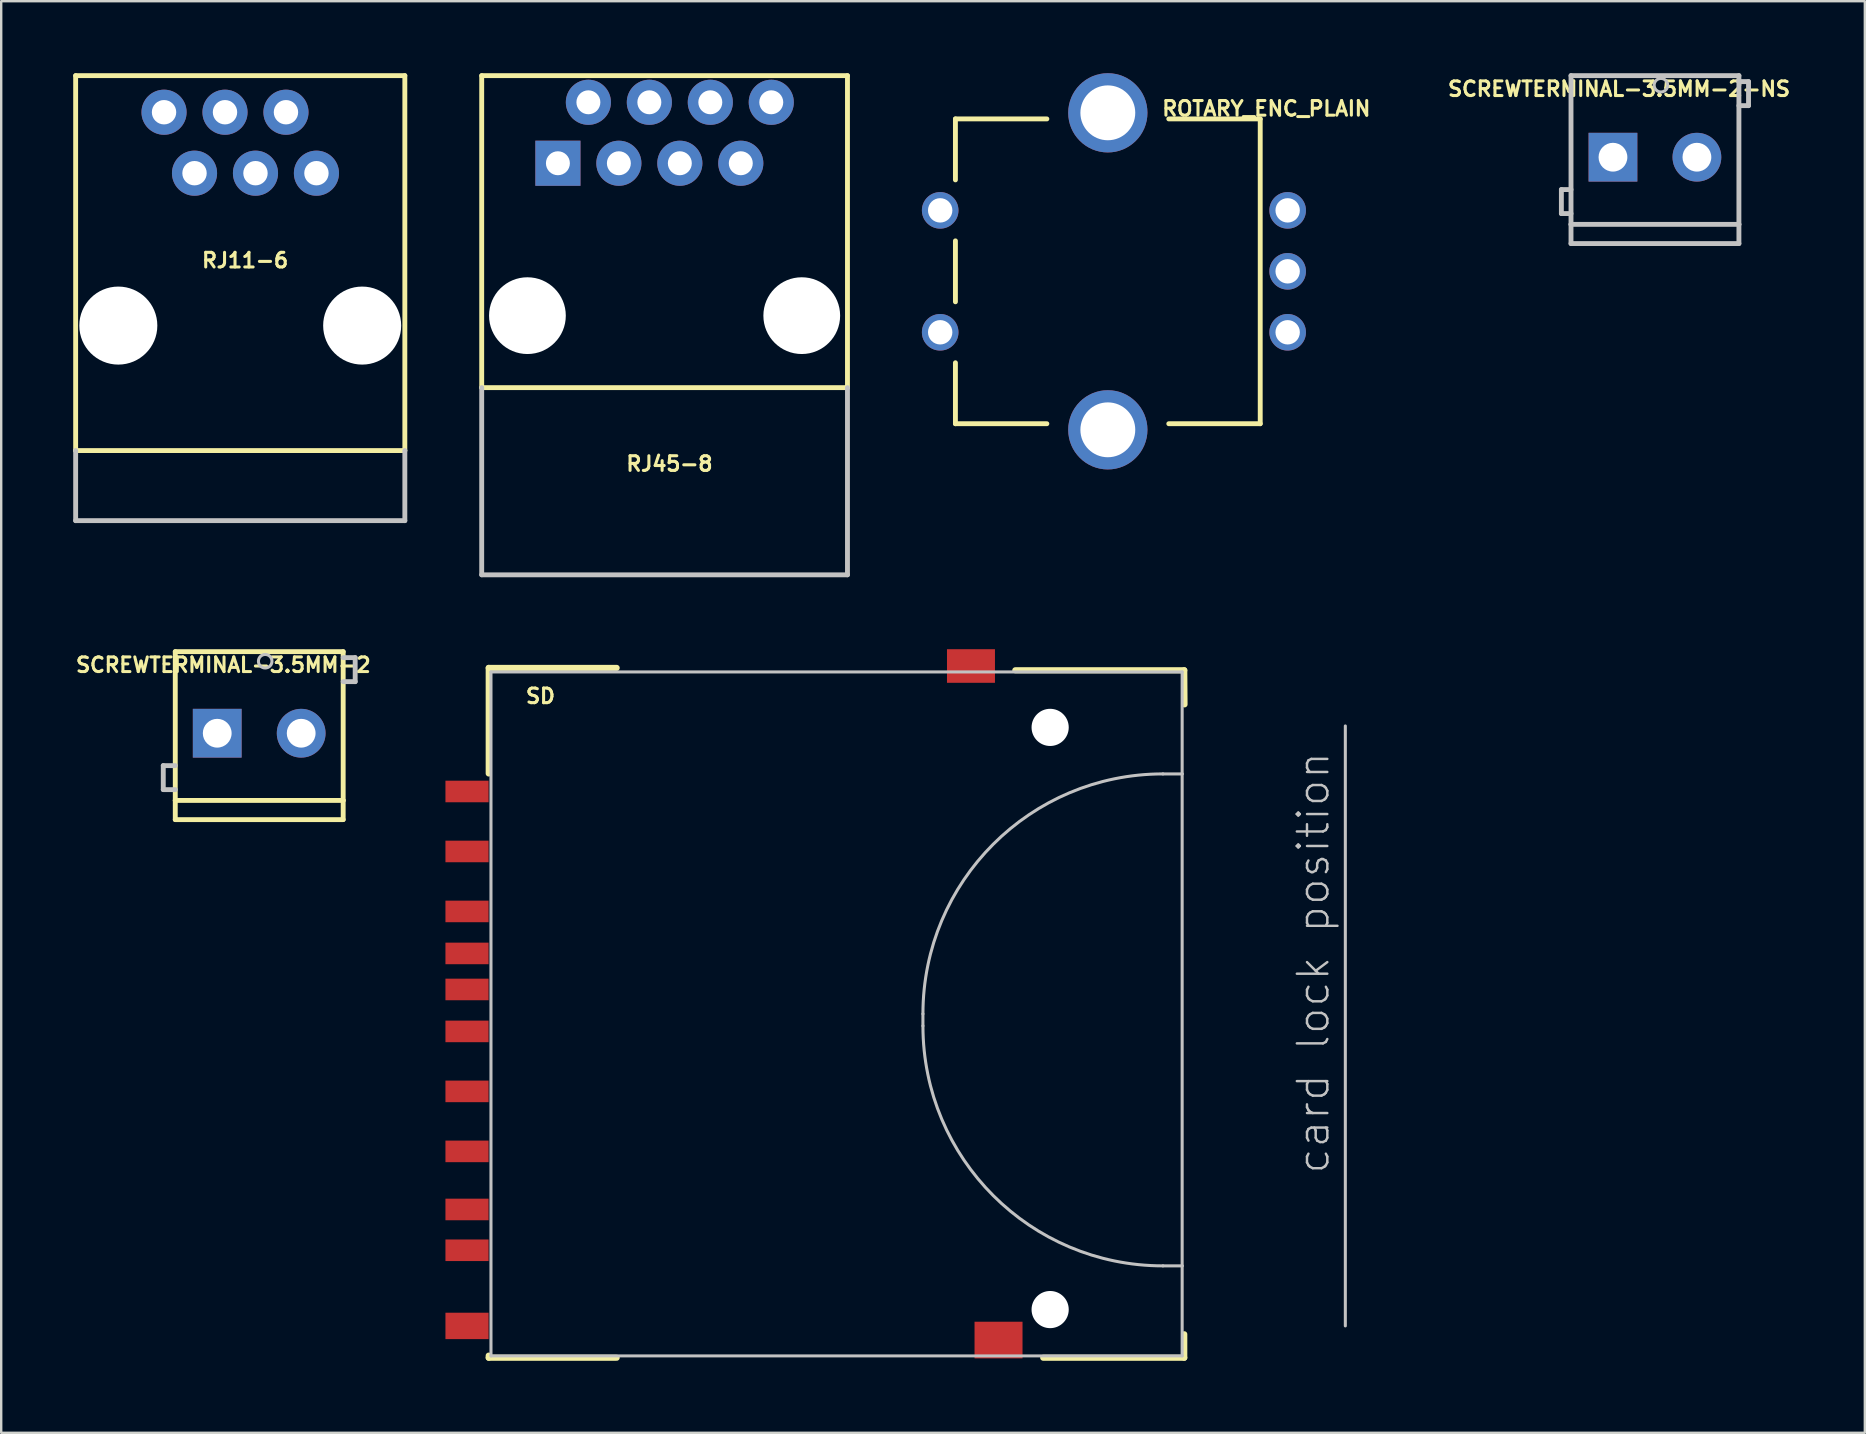
<source format=kicad_pcb>
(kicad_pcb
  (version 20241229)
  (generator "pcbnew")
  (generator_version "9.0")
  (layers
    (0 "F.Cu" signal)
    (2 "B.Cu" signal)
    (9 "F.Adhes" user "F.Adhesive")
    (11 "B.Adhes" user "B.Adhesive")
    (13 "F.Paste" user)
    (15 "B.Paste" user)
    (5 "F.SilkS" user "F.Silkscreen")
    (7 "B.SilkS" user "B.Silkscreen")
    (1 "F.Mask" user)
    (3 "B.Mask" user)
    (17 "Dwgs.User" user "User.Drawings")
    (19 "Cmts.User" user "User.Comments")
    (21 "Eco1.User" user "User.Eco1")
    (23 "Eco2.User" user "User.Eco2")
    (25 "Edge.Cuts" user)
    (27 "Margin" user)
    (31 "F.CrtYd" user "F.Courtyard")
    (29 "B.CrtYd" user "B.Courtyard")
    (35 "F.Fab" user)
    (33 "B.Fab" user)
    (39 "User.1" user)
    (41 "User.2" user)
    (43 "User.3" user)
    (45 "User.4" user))
  (footprint "SD"
    (layer "F.Cu")
    (at 17.407 39.196)
    (property "Reference" "SD" (at 2.062 -13.244 0) (layer "F.SilkS") (effects (font (size 0.61 0.61) (thickness 0.127))))
    (attr smd)
    (fp_line (start -0.094 -14.417) (end 5.237 -14.417) (stroke (width 0.254) (type solid)) (layer "F.SilkS"))
    (fp_line (start -0.094 -10.018) (end -0.094 -14.417) (stroke (width 0.254) (type solid)) (layer "F.SilkS"))
    (fp_line (start -0.094 14.237) (end -0.094 14.326) (stroke (width 0.254) (type solid)) (layer "F.SilkS"))
    (fp_line (start -0.094 14.326) (end 5.237 14.326) (stroke (width 0.254) (type solid)) (layer "F.SilkS"))
    (fp_line (start 21.847 -14.318) (end 28.887 -14.318) (stroke (width 0.254) (type solid)) (layer "F.SilkS"))
    (fp_line (start 23.01 14.326) (end 28.887 14.326) (stroke (width 0.254) (type solid)) (layer "F.SilkS"))
    (fp_line (start 28.887 -14.318) (end 28.898 -12.898) (stroke (width 0.254) (type solid)) (layer "F.SilkS"))
    (fp_line (start 28.887 14.326) (end 28.887 13.348) (stroke (width 0.254) (type solid)) (layer "F.SilkS"))
    (fp_line (start 0 -14.249) (end 28.799 -14.249) (stroke (width 0.127) (type solid)) (layer "Dwgs.User"))
    (fp_line (start 0 14.249) (end 0 -14.249) (stroke (width 0.127) (type solid)) (layer "Dwgs.User"))
    (fp_line (start 17.998 0) (end 17.998 0.498) (stroke (width 0.127) (type solid)) (layer "Dwgs.User"))
    (fp_line (start 27.998 10.498) (end 28.799 10.498) (stroke (width 0.127) (type solid)) (layer "Dwgs.User"))
    (fp_line (start 28.799 -14.249) (end 28.799 -10) (stroke (width 0.127) (type solid)) (layer "Dwgs.User"))
    (fp_line (start 28.799 -10) (end 27.998 -10) (stroke (width 0.127) (type solid)) (layer "Dwgs.User"))
    (fp_line (start 28.799 -10) (end 28.799 10.498) (stroke (width 0.127) (type solid)) (layer "Dwgs.User"))
    (fp_line (start 28.799 10.498) (end 28.799 14.249) (stroke (width 0.127) (type solid)) (layer "Dwgs.User"))
    (fp_line (start 28.799 14.249) (end 0 14.249) (stroke (width 0.127) (type solid)) (layer "Dwgs.User"))
    (fp_line (start 35.598 -11.999) (end 35.598 13) (stroke (width 0.127) (type solid)) (layer "Dwgs.User"))
    (fp_arc (start 17.99844 0) (mid 20.927366 -7.071054) (end 27.99842 -9.99998) (stroke (width 0.127) (type solid)) (layer "Dwgs.User"))
    (fp_arc (start 27.99842 10.49782) (mid 20.927366 7.568894) (end 17.99844 0.49784) (stroke (width 0.127) (type solid)) (layer "Dwgs.User"))
    (fp_text user "card lock position" (at 34.265 -2.129 90) (layer "Dwgs.User") (effects (font (size 1.27 1.27) (thickness 0.102))))
    (pad "" np_thru_hole circle (at 23.299 -11.938) (size 1.549 1.549) (drill 1.549) (layers "*.Cu" "*.Mask"))
    (pad "" np_thru_hole circle (at 23.299 12.319) (size 1.549 1.549) (drill 1.549) (layers "*.Cu" "*.Mask"))
    (pad "1" smd rect (at -0.998 -6.769) (size 1.798 0.899) (layers "F.Cu" "F.Mask" "F.Paste"))
    (pad "2" smd rect (at -0.998 -4.27) (size 1.798 0.899) (layers "F.Cu" "F.Mask" "F.Paste"))
    (pad "3" smd rect (at -0.998 -2.52) (size 1.798 0.899) (layers "F.Cu" "F.Mask" "F.Paste"))
    (pad "4" smd rect (at -0.998 0.729) (size 1.798 0.899) (layers "F.Cu" "F.Mask" "F.Paste"))
    (pad "5" smd rect (at -0.998 3.228) (size 1.798 0.899) (layers "F.Cu" "F.Mask" "F.Paste"))
    (pad "6" smd rect (at -0.998 5.728) (size 1.798 0.899) (layers "F.Cu" "F.Mask" "F.Paste"))
    (pad "7" smd rect (at -0.998 8.148) (size 1.798 0.899) (layers "F.Cu" "F.Mask" "F.Paste"))
    (pad "8" smd rect (at -0.998 9.848) (size 1.798 0.899) (layers "F.Cu" "F.Mask" "F.Paste"))
    (pad "9" smd rect (at -0.998 -9.268) (size 1.798 0.899) (layers "F.Cu" "F.Mask" "F.Paste"))
    (pad "CD" smd rect (at -0.998 -1.019) (size 1.798 0.899) (layers "F.Cu" "F.Mask" "F.Paste"))
    (pad "SH@1" smd rect (at 20 -14.496) (size 1.999 1.4) (layers "F.Cu" "F.Mask" "F.Paste"))
    (pad "SH@2" smd rect (at 21.148 13.589) (size 1.999 1.527) (layers "F.Cu" "F.Mask" "F.Paste"))
    (pad "WP" smd rect (at -0.998 13) (size 1.798 1.1) (layers "F.Cu" "F.Mask" "F.Paste")))
  (footprint "RJ45-8"
    (layer "F.Cu")
    (at 24.641 10.102)
    (property "Reference" "RJ45-8" (at 0.203 6.172 0) (layer "F.SilkS") (effects (font (size 0.61 0.61) (thickness 0.127))))
    (attr exclude_from_pos_files exclude_from_bom)
    (fp_line (start -7.62 -10) (end 7.62 -10) (stroke (width 0.203) (type solid)) (layer "F.SilkS"))
    (fp_line (start -7.62 3) (end -7.62 -10) (stroke (width 0.203) (type solid)) (layer "F.SilkS"))
    (fp_line (start -7.62 3) (end 7.62 3) (stroke (width 0.203) (type solid)) (layer "F.SilkS"))
    (fp_line (start 7.62 -10) (end 7.62 3) (stroke (width 0.203) (type solid)) (layer "F.SilkS"))
    (fp_line (start -7.62 3) (end -7.62 10.798) (stroke (width 0.203) (type solid)) (layer "Dwgs.User"))
    (fp_line (start -7.62 10.798) (end 7.62 10.798) (stroke (width 0.203) (type solid)) (layer "Dwgs.User"))
    (fp_line (start 7.62 10.798) (end 7.62 3) (stroke (width 0.203) (type solid)) (layer "Dwgs.User"))
    (pad "" np_thru_hole circle (at -5.715 0) (size 3.198 3.198) (drill 3.198) (layers "*.Cu" "*.Mask"))
    (pad "" np_thru_hole circle (at 5.715 0) (size 3.198 3.198) (drill 3.198) (layers "*.Cu" "*.Mask"))
    (pad "1" thru_hole rect (at -4.445 -6.35) (size 1.88 1.88) (drill 0.998) (layers "*.Cu" "*.Paste" "*.Mask"))
    (pad "2" thru_hole circle (at -3.175 -8.89) (size 1.88 1.88) (drill 0.998) (layers "*.Cu" "*.Paste" "*.Mask"))
    (pad "3" thru_hole circle (at -1.905 -6.35) (size 1.88 1.88) (drill 0.998) (layers "*.Cu" "*.Paste" "*.Mask"))
    (pad "4" thru_hole circle (at -0.635 -8.89) (size 1.88 1.88) (drill 0.998) (layers "*.Cu" "*.Paste" "*.Mask"))
    (pad "5" thru_hole circle (at 0.635 -6.35) (size 1.88 1.88) (drill 0.998) (layers "*.Cu" "*.Paste" "*.Mask"))
    (pad "6" thru_hole circle (at 1.905 -8.89) (size 1.88 1.88) (drill 0.998) (layers "*.Cu" "*.Paste" "*.Mask"))
    (pad "7" thru_hole circle (at 3.175 -6.35) (size 1.88 1.88) (drill 0.998) (layers "*.Cu" "*.Paste" "*.Mask"))
    (pad "8" thru_hole circle (at 4.445 -8.89) (size 1.88 1.88) (drill 0.998) (layers "*.Cu" "*.Paste" "*.Mask")))
  (footprint "RJ11-6"
    (layer "F.Cu")
    (at 6.96 10.516)
    (property "Reference" "RJ11-6" (at 0.203 -2.718 0) (layer "F.SilkS") (effects (font (size 0.61 0.61) (thickness 0.127))))
    (attr exclude_from_pos_files exclude_from_bom)
    (fp_line (start -6.858 -10.414) (end -6.858 5.207) (stroke (width 0.203) (type solid)) (layer "F.SilkS"))
    (fp_line (start 6.858 -10.414) (end -6.858 -10.414) (stroke (width 0.203) (type solid)) (layer "F.SilkS"))
    (fp_line (start 6.858 5.207) (end -6.858 5.207) (stroke (width 0.203) (type solid)) (layer "F.SilkS"))
    (fp_line (start 6.858 5.207) (end 6.858 -10.414) (stroke (width 0.203) (type solid)) (layer "F.SilkS"))
    (fp_line (start -6.858 5.207) (end -6.858 8.128) (stroke (width 0.203) (type solid)) (layer "Dwgs.User"))
    (fp_line (start -6.858 8.128) (end 6.858 8.128) (stroke (width 0.203) (type solid)) (layer "Dwgs.User"))
    (fp_line (start 6.858 8.128) (end 6.858 5.207) (stroke (width 0.203) (type solid)) (layer "Dwgs.User"))
    (pad "" np_thru_hole circle (at -5.08 0) (size 3.251 3.251) (drill 3.251) (layers "*.Cu" "*.Mask"))
    (pad "" np_thru_hole circle (at 5.08 0) (size 3.251 3.251) (drill 3.251) (layers "*.Cu" "*.Mask"))
    (pad "1" thru_hole circle (at -3.175 -8.89) (size 1.88 1.88) (drill 1.016) (layers "*.Cu" "*.Paste" "*.Mask"))
    (pad "2" thru_hole circle (at -1.905 -6.35) (size 1.88 1.88) (drill 1.016) (layers "*.Cu" "*.Paste" "*.Mask"))
    (pad "3" thru_hole circle (at -0.635 -8.89) (size 1.88 1.88) (drill 1.016) (layers "*.Cu" "*.Paste" "*.Mask"))
    (pad "4" thru_hole circle (at 0.635 -6.35) (size 1.88 1.88) (drill 1.016) (layers "*.Cu" "*.Paste" "*.Mask"))
    (pad "5" thru_hole circle (at 1.905 -8.89) (size 1.88 1.88) (drill 1.016) (layers "*.Cu" "*.Paste" "*.Mask"))
    (pad "6" thru_hole circle (at 3.175 -6.35) (size 1.88 1.88) (drill 1.016) (layers "*.Cu" "*.Paste" "*.Mask")))
  (footprint "ROTARY_ENC_PLAIN"
    (layer "F.Cu")
    (at 43.109 8.255)
    (property "Reference" "ROTARY_ENC_PLAIN" (at 6.604 -6.782 0) (layer "F.SilkS") (effects (font (size 0.61 0.61) (thickness 0.127))))
    (attr exclude_from_pos_files exclude_from_bom)
    (fp_line (start -6.35 -6.35) (end -6.35 -3.81) (stroke (width 0.203) (type solid)) (layer "F.SilkS"))
    (fp_line (start -6.35 -6.35) (end -2.54 -6.35) (stroke (width 0.203) (type solid)) (layer "F.SilkS"))
    (fp_line (start -6.35 -1.27) (end -6.35 1.27) (stroke (width 0.203) (type solid)) (layer "F.SilkS"))
    (fp_line (start -6.35 6.35) (end -6.35 3.81) (stroke (width 0.203) (type solid)) (layer "F.SilkS"))
    (fp_line (start -2.54 6.35) (end -6.35 6.35) (stroke (width 0.203) (type solid)) (layer "F.SilkS"))
    (fp_line (start 2.54 -6.35) (end 6.35 -6.35) (stroke (width 0.203) (type solid)) (layer "F.SilkS"))
    (fp_line (start 6.35 -6.35) (end 6.35 6.35) (stroke (width 0.203) (type solid)) (layer "F.SilkS"))
    (fp_line (start 6.35 6.35) (end 2.54 6.35) (stroke (width 0.203) (type solid)) (layer "F.SilkS"))
    (pad "A" thru_hole circle (at 7.493 2.54) (size 1.524 1.524) (drill 1.016) (layers "*.Cu" "*.Paste" "*.Mask"))
    (pad "B" thru_hole circle (at 7.493 -2.54) (size 1.524 1.524) (drill 1.016) (layers "*.Cu" "*.Paste" "*.Mask"))
    (pad "C" thru_hole circle (at 7.493 0) (size 1.524 1.524) (drill 1.016) (layers "*.Cu" "*.Paste" "*.Mask"))
    (pad "P$3" thru_hole circle (at 0 -6.604) (size 3.302 3.302) (drill 2.286) (layers "*.Cu" "*.Paste" "*.Mask"))
    (pad "P$4" thru_hole circle (at 0 6.604) (size 3.302 3.302) (drill 2.286) (layers "*.Cu" "*.Paste" "*.Mask"))
    (pad "SW+" thru_hole circle (at -6.985 -2.54) (size 1.524 1.524) (drill 1.016) (layers "*.Cu" "*.Paste" "*.Mask"))
    (pad "SW-" thru_hole circle (at -6.985 2.54) (size 1.524 1.524) (drill 1.016) (layers "*.Cu" "*.Paste" "*.Mask")))
  (footprint "SCREWTERMINAL-3.5MM-2"
    (layer "F.Cu")
    (at 6.001 27.501)
    (property "Reference" "SCREWTERMINAL-3.5MM-2" (at 0.254 -2.845 0) (layer "F.SilkS") (effects (font (size 0.61 0.61) (thickness 0.127))))
    (attr exclude_from_pos_files exclude_from_bom)
    (fp_line (start -1.748 -3.399) (end 5.248 -3.399) (stroke (width 0.203) (type solid)) (layer "F.SilkS"))
    (fp_line (start -1.748 2.799) (end -1.748 -3.399) (stroke (width 0.203) (type solid)) (layer "F.SilkS"))
    (fp_line (start -1.748 3.599) (end -1.748 2.799) (stroke (width 0.203) (type solid)) (layer "F.SilkS"))
    (fp_line (start 5.248 -3.399) (end 5.248 2.799) (stroke (width 0.203) (type solid)) (layer "F.SilkS"))
    (fp_line (start 5.248 2.799) (end -1.748 2.799) (stroke (width 0.203) (type solid)) (layer "F.SilkS"))
    (fp_line (start 5.248 2.799) (end 5.248 3.599) (stroke (width 0.203) (type solid)) (layer "F.SilkS"))
    (fp_line (start 5.248 3.599) (end -1.748 3.599) (stroke (width 0.203) (type solid)) (layer "F.SilkS"))
    (fp_line (start -2.248 1.349) (end -2.248 2.349) (stroke (width 0.203) (type solid)) (layer "Dwgs.User"))
    (fp_line (start -2.248 2.349) (end -1.748 2.349) (stroke (width 0.203) (type solid)) (layer "Dwgs.User"))
    (fp_line (start -1.748 1.349) (end -2.248 1.349) (stroke (width 0.203) (type solid)) (layer "Dwgs.User"))
    (fp_line (start 5.248 -3.15) (end 5.748 -3.15) (stroke (width 0.203) (type solid)) (layer "Dwgs.User"))
    (fp_line (start 5.748 -3.15) (end 5.748 -2.149) (stroke (width 0.203) (type solid)) (layer "Dwgs.User"))
    (fp_line (start 5.748 -2.149) (end 5.248 -2.149) (stroke (width 0.203) (type solid)) (layer "Dwgs.User"))
    (fp_circle (center 1.999 -3) (end 1.999 -3.282) (stroke (width 0.127) (type solid)) (fill no) (layer "Dwgs.User"))
    (pad "1" thru_hole rect (at 0 0) (size 2.032 2.032) (drill 1.199) (layers "*.Cu" "*.Paste" "*.Mask"))
    (pad "2" thru_hole circle (at 3.498 0) (size 2.032 2.032) (drill 1.199) (layers "*.Cu" "*.Paste" "*.Mask")))
  (footprint "SCREWTERMINAL-3.5MM-2-NS"
    (layer "F.Cu")
    (at 64.156 3.5)
    (property "Reference" "SCREWTERMINAL-3.5MM-2-NS" (at 0.254 -2.845 0) (layer "F.SilkS") (effects (font (size 0.61 0.61) (thickness 0.127))))
    (attr exclude_from_pos_files exclude_from_bom)
    (fp_line (start -2.149 1.349) (end -2.149 2.349) (stroke (width 0.203) (type solid)) (layer "Dwgs.User"))
    (fp_line (start -2.149 2.349) (end -1.748 2.349) (stroke (width 0.203) (type solid)) (layer "Dwgs.User"))
    (fp_line (start -1.748 -3.399) (end 5.248 -3.399) (stroke (width 0.203) (type solid)) (layer "Dwgs.User"))
    (fp_line (start -1.748 1.349) (end -2.149 1.349) (stroke (width 0.203) (type solid)) (layer "Dwgs.User"))
    (fp_line (start -1.748 2.799) (end -1.748 -3.399) (stroke (width 0.203) (type solid)) (layer "Dwgs.User"))
    (fp_line (start -1.748 3.599) (end -1.748 2.799) (stroke (width 0.203) (type solid)) (layer "Dwgs.User"))
    (fp_line (start 5.248 -3.399) (end 5.248 2.799) (stroke (width 0.203) (type solid)) (layer "Dwgs.User"))
    (fp_line (start 5.248 -3.15) (end 5.649 -3.15) (stroke (width 0.203) (type solid)) (layer "Dwgs.User"))
    (fp_line (start 5.248 2.799) (end -1.748 2.799) (stroke (width 0.203) (type solid)) (layer "Dwgs.User"))
    (fp_line (start 5.248 2.799) (end 5.248 3.599) (stroke (width 0.203) (type solid)) (layer "Dwgs.User"))
    (fp_line (start 5.248 3.599) (end -1.748 3.599) (stroke (width 0.203) (type solid)) (layer "Dwgs.User"))
    (fp_line (start 5.649 -3.15) (end 5.649 -2.149) (stroke (width 0.203) (type solid)) (layer "Dwgs.User"))
    (fp_line (start 5.649 -2.149) (end 5.248 -2.149) (stroke (width 0.203) (type solid)) (layer "Dwgs.User"))
    (fp_circle (center 1.999 -3) (end 1.999 -3.282) (stroke (width 0.127) (type solid)) (fill no) (layer "Dwgs.User"))
    (pad "1" thru_hole rect (at 0 0) (size 2.032 2.032) (drill 1.199) (layers "*.Cu" "*.Paste" "*.Mask"))
    (pad "2" thru_hole circle (at 3.498 0) (size 2.032 2.032) (drill 1.199) (layers "*.Cu" "*.Paste" "*.Mask")))
  (gr_rect
    (start -3 -3)
    (end 74.651 56.649)
    (stroke (width 0.1) (type default))
    (fill no)
    (layer "Edge.Cuts")))
</source>
